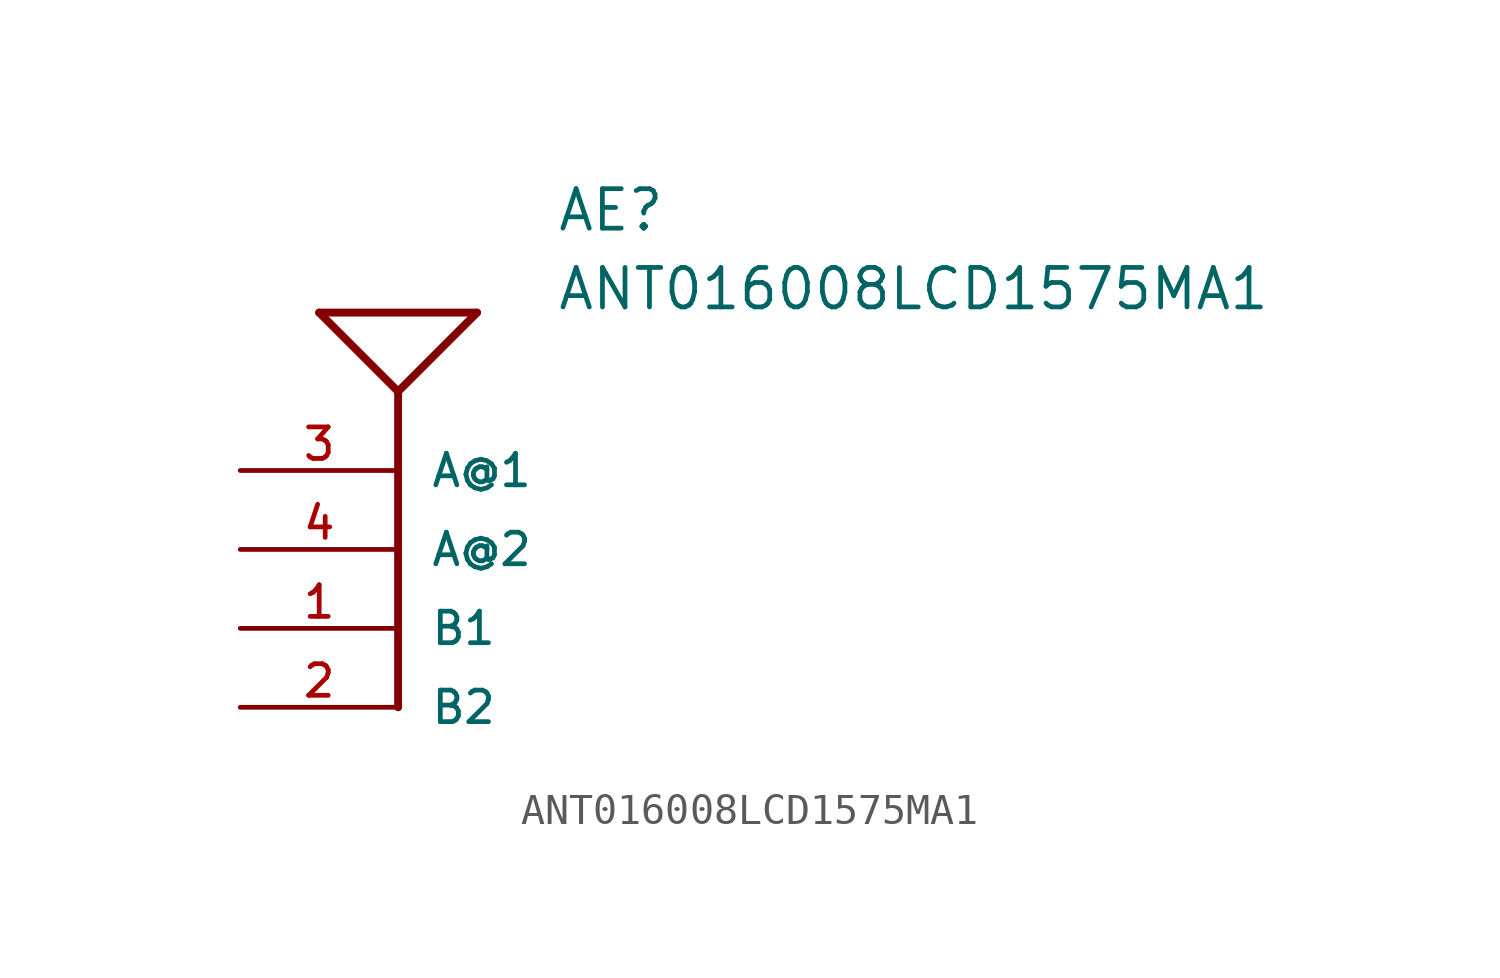
<source format=kicad_sym>
(kicad_symbol_lib
  (version 20211014)
  (generator kicad_symbol_editor)
  (symbol "ANT016008LCD1575MA1"
    (pin_names
      (offset 1.016))
    (property "Reference" "AE"
      (at 2.542 15.254 0)
      (effects (font (size 1.27 1.27)) (justify bottom left)))
    (property "Value" "ANT016008LCD1575MA1"
      (at 2.544 12.719 0)
      (effects (font (size 1.27 1.27)) (justify bottom left)))
    (symbol "ANT016008LCD1575MA1_0_0"
      (polyline (pts (xy -2.54 0.0) (xy -2.54 10.16)) (stroke (width 0.254)))
      (polyline (pts (xy -2.54 10.16) (xy -5.08 12.7)) (stroke (width 0.254)))
      (polyline (pts (xy -5.08 12.7) (xy 0.0 12.7)) (stroke (width 0.254)))
      (polyline (pts (xy 0.0 12.7) (xy -2.54 10.16)) (stroke (width 0.254)))
      (pin passive line (at -7.62 5.08 0) (length 5.08) (name "A@2" (effects (font (size 1.016 1.016)))) (number "4" (effects (font (size 1.016 1.016)))))
      (pin passive line (at -7.62 2.54 0) (length 5.08) (name "B1" (effects (font (size 1.016 1.016)))) (number "1" (effects (font (size 1.016 1.016)))))
      (pin passive line (at -7.62 0.0 0) (length 5.08) (name "B2" (effects (font (size 1.016 1.016)))) (number "2" (effects (font (size 1.016 1.016)))))
      (pin passive line (at -7.62 7.62 0) (length 5.08) (name "A@1" (effects (font (size 1.016 1.016)))) (number "3" (effects (font (size 1.016 1.016))))))))
</source>
